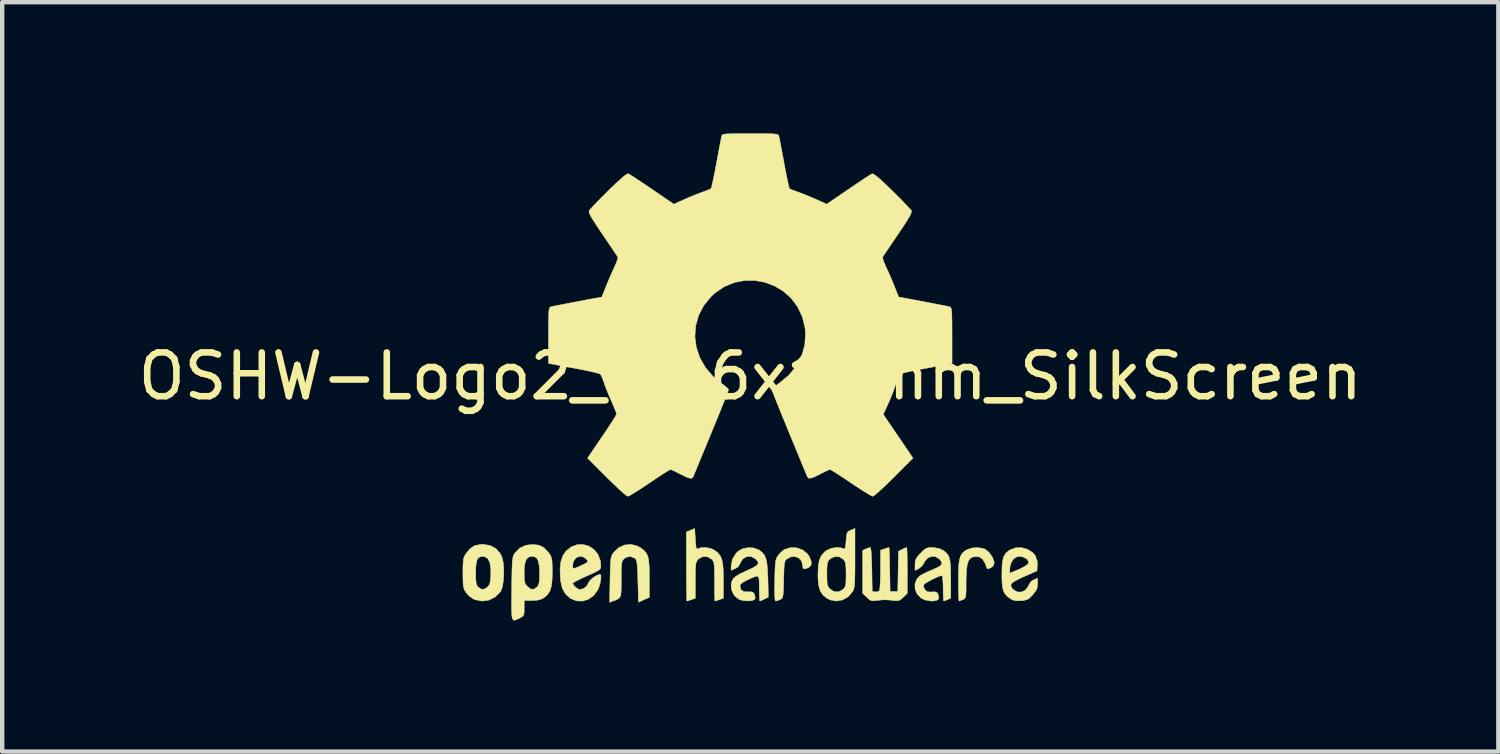
<source format=kicad_pcb>
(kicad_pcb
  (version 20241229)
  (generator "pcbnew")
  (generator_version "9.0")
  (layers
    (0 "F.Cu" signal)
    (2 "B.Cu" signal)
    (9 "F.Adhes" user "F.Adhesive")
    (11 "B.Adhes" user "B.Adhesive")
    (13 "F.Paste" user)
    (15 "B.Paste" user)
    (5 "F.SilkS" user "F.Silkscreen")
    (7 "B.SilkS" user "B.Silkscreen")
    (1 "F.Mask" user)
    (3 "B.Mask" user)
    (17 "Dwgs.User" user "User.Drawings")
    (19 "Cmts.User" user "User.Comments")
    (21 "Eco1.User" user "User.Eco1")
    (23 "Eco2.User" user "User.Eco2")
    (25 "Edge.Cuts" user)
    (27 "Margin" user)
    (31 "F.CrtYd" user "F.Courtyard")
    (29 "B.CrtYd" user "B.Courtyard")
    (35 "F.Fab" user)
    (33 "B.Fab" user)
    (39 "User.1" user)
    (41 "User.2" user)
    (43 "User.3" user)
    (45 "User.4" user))
  (footprint "OSHW-Logo2_14.6x12mm_SilkScreen"
    (layer "F.Cu")
    (at 14.101 5.552)
    (property "Reference" "OSHW-Logo2_14.6x12mm_SilkScreen" (at 0 0 0) (layer "F.SilkS") (effects (font (size 1 1) (thickness 0.15))))
    (attr exclude_from_pos_files exclude_from_bom allow_missing_courtyard)
    (fp_poly (pts (xy 5.336 3.94) (xy 5.371 3.955) (xy 5.454 4.021) (xy 5.525 4.117) (xy 5.569 4.218) (xy 5.576 4.269) (xy 5.552 4.339) (xy 5.5 4.376) (xy 5.443 4.398) (xy 5.417 4.402) (xy 5.405 4.372) (xy 5.38 4.307) (xy 5.369 4.277) (xy 5.308 4.175) (xy 5.219 4.124) (xy 5.105 4.126) (xy 5.097 4.128) (xy 5.036 4.157) (xy 4.991 4.213) (xy 4.961 4.303) (xy 4.943 4.435) (xy 4.935 4.614) (xy 4.934 4.709) (xy 4.934 4.86) (xy 4.931 4.962) (xy 4.925 5.028) (xy 4.912 5.066) (xy 4.892 5.088) (xy 4.861 5.104) (xy 4.86 5.105) (xy 4.801 5.129) (xy 4.772 5.138) (xy 4.768 5.111) (xy 4.764 5.035) (xy 4.761 4.92) (xy 4.759 4.775) (xy 4.759 4.67) (xy 4.761 4.466) (xy 4.767 4.311) (xy 4.782 4.196) (xy 4.806 4.113) (xy 4.842 4.051) (xy 4.893 4.003) (xy 4.943 3.969) (xy 5.063 3.925) (xy 5.204 3.915) (xy 5.336 3.94)) (stroke (width 0.01) (type solid)) (fill yes) (layer "F.SilkS"))
    (fp_poly (pts (xy -2.583 3.878) (xy -2.489 3.932) (xy -2.424 3.986) (xy -2.376 4.042) (xy -2.343 4.111) (xy -2.323 4.202) (xy -2.311 4.327) (xy -2.307 4.493) (xy -2.306 4.613) (xy -2.306 5.054) (xy -2.431 5.109) (xy -2.555 5.165) (xy -2.569 4.682) (xy -2.575 4.502) (xy -2.582 4.371) (xy -2.589 4.281) (xy -2.6 4.222) (xy -2.614 4.185) (xy -2.634 4.163) (xy -2.64 4.158) (xy -2.736 4.12) (xy -2.833 4.135) (xy -2.89 4.175) (xy -2.914 4.203) (xy -2.93 4.241) (xy -2.94 4.297) (xy -2.946 4.383) (xy -2.948 4.51) (xy -2.949 4.641) (xy -2.949 4.806) (xy -2.952 4.923) (xy -2.961 5.002) (xy -2.981 5.052) (xy -3.015 5.086) (xy -3.068 5.112) (xy -3.138 5.138) (xy -3.215 5.168) (xy -3.206 4.649) (xy -3.202 4.463) (xy -3.198 4.324) (xy -3.192 4.226) (xy -3.183 4.156) (xy -3.169 4.107) (xy -3.15 4.067) (xy -3.127 4.033) (xy -3.015 3.922) (xy -2.878 3.858) (xy -2.73 3.842) (xy -2.583 3.878)) (stroke (width 0.01) (type solid)) (fill yes) (layer "F.SilkS"))
    (fp_poly (pts (xy 1.066 3.922) (xy 1.199 3.971) (xy 1.306 4.057) (xy 1.348 4.118) (xy 1.394 4.23) (xy 1.393 4.311) (xy 1.345 4.365) (xy 1.327 4.375) (xy 1.25 4.403) (xy 1.211 4.396) (xy 1.198 4.348) (xy 1.197 4.321) (xy 1.173 4.223) (xy 1.109 4.154) (xy 1.021 4.12) (xy 0.923 4.129) (xy 0.843 4.172) (xy 0.816 4.197) (xy 0.796 4.227) (xy 0.783 4.273) (xy 0.775 4.343) (xy 0.77 4.45) (xy 0.765 4.602) (xy 0.764 4.65) (xy 0.76 4.815) (xy 0.756 4.931) (xy 0.749 5.008) (xy 0.738 5.055) (xy 0.722 5.082) (xy 0.698 5.098) (xy 0.683 5.105) (xy 0.618 5.13) (xy 0.58 5.138) (xy 0.567 5.111) (xy 0.559 5.029) (xy 0.556 4.89) (xy 0.558 4.694) (xy 0.559 4.664) (xy 0.563 4.485) (xy 0.569 4.355) (xy 0.576 4.262) (xy 0.587 4.198) (xy 0.603 4.151) (xy 0.626 4.111) (xy 0.637 4.094) (xy 0.705 4.019) (xy 0.78 3.961) (xy 0.789 3.956) (xy 0.924 3.915) (xy 1.066 3.922)) (stroke (width 0.01) (type solid)) (fill yes) (layer "F.SilkS"))
    (fp_poly (pts (xy 3.58 3.94) (xy 3.585 4.017) (xy 3.588 4.133) (xy 3.59 4.281) (xy 3.591 4.435) (xy 3.591 4.959) (xy 3.499 5.051) (xy 3.435 5.108) (xy 3.379 5.131) (xy 3.303 5.13) (xy 3.272 5.126) (xy 3.178 5.115) (xy 3.099 5.109) (xy 3.08 5.108) (xy 3.016 5.112) (xy 2.924 5.121) (xy 2.888 5.126) (xy 2.8 5.133) (xy 2.741 5.118) (xy 2.683 5.072) (xy 2.662 5.051) (xy 2.569 4.959) (xy 2.569 3.98) (xy 2.644 3.946) (xy 2.708 3.921) (xy 2.745 3.912) (xy 2.755 3.94) (xy 2.764 4.018) (xy 2.771 4.136) (xy 2.777 4.288) (xy 2.78 4.416) (xy 2.788 4.919) (xy 2.858 4.929) (xy 2.921 4.922) (xy 2.952 4.9) (xy 2.961 4.858) (xy 2.968 4.77) (xy 2.974 4.645) (xy 2.977 4.496) (xy 2.977 4.419) (xy 2.978 3.976) (xy 3.07 3.944) (xy 3.135 3.922) (xy 3.17 3.912) (xy 3.171 3.912) (xy 3.175 3.94) (xy 3.179 4.016) (xy 3.183 4.133) (xy 3.186 4.279) (xy 3.189 4.416) (xy 3.197 4.919) (xy 3.372 4.919) (xy 3.38 4.46) (xy 3.388 4.001) (xy 3.474 3.956) (xy 3.537 3.926) (xy 3.574 3.912) (xy 3.575 3.912) (xy 3.58 3.94)) (stroke (width 0.01) (type solid)) (fill yes) (layer "F.SilkS"))
    (fp_poly (pts (xy -1.255 3.724) (xy -1.247 3.843) (xy -1.237 3.914) (xy -1.223 3.944) (xy -1.203 3.945) (xy -1.197 3.941) (xy -1.111 3.914) (xy -0.999 3.916) (xy -0.886 3.943) (xy -0.814 3.978) (xy -0.742 4.035) (xy -0.688 4.099) (xy -0.652 4.18) (xy -0.629 4.288) (xy -0.617 4.433) (xy -0.613 4.624) (xy -0.613 4.661) (xy -0.613 5.074) (xy -0.705 5.106) (xy -0.77 5.128) (xy -0.806 5.138) (xy -0.807 5.138) (xy -0.811 5.111) (xy -0.814 5.035) (xy -0.816 4.921) (xy -0.817 4.778) (xy -0.817 4.691) (xy -0.818 4.52) (xy -0.82 4.397) (xy -0.825 4.313) (xy -0.834 4.258) (xy -0.849 4.221) (xy -0.871 4.193) (xy -0.885 4.18) (xy -0.979 4.126) (xy -1.082 4.122) (xy -1.175 4.168) (xy -1.192 4.184) (xy -1.217 4.215) (xy -1.235 4.252) (xy -1.246 4.304) (xy -1.252 4.384) (xy -1.255 4.501) (xy -1.255 4.663) (xy -1.255 5.074) (xy -1.347 5.106) (xy -1.413 5.128) (xy -1.448 5.138) (xy -1.45 5.138) (xy -1.452 5.11) (xy -1.455 5.032) (xy -1.457 4.909) (xy -1.458 4.751) (xy -1.459 4.565) (xy -1.46 4.358) (xy -1.46 4.349) (xy -1.46 3.559) (xy -1.365 3.519) (xy -1.27 3.479) (xy -1.255 3.724)) (stroke (width 0.01) (type solid)) (fill yes) (layer "F.SilkS"))
    (fp_poly (pts (xy -5.952 3.866) (xy -5.815 3.938) (xy -5.714 4.054) (xy -5.678 4.128) (xy -5.65 4.24) (xy -5.636 4.381) (xy -5.635 4.535) (xy -5.645 4.686) (xy -5.668 4.816) (xy -5.701 4.91) (xy -5.711 4.926) (xy -5.833 5.046) (xy -5.977 5.118) (xy -6.133 5.139) (xy -6.291 5.107) (xy -6.335 5.087) (xy -6.42 5.027) (xy -6.496 4.947) (xy -6.503 4.937) (xy -6.532 4.888) (xy -6.551 4.836) (xy -6.562 4.767) (xy -6.567 4.669) (xy -6.569 4.528) (xy -6.569 4.496) (xy -6.569 4.486) (xy -6.277 4.486) (xy -6.275 4.619) (xy -6.269 4.708) (xy -6.255 4.765) (xy -6.231 4.804) (xy -6.219 4.817) (xy -6.149 4.867) (xy -6.081 4.865) (xy -6.012 4.822) (xy -5.971 4.775) (xy -5.947 4.708) (xy -5.934 4.601) (xy -5.933 4.589) (xy -5.93 4.396) (xy -5.955 4.253) (xy -6.005 4.16) (xy -6.082 4.119) (xy -6.109 4.117) (xy -6.181 4.128) (xy -6.23 4.167) (xy -6.26 4.242) (xy -6.274 4.361) (xy -6.277 4.486) (xy -6.569 4.486) (xy -6.568 4.346) (xy -6.563 4.241) (xy -6.553 4.168) (xy -6.536 4.114) (xy -6.509 4.067) (xy -6.503 4.058) (xy -6.404 3.939) (xy -6.296 3.87) (xy -6.164 3.843) (xy -6.119 3.841) (xy -5.952 3.866)) (stroke (width 0.01) (type solid)) (fill yes) (layer "F.SilkS"))
    (fp_poly (pts (xy 6.343 3.957) (xy 6.459 4.032) (xy 6.515 4.1) (xy 6.559 4.222) (xy 6.562 4.319) (xy 6.554 4.449) (xy 6.255 4.58) (xy 6.11 4.647) (xy 6.015 4.701) (xy 5.965 4.747) (xy 5.957 4.793) (xy 5.984 4.843) (xy 6.014 4.876) (xy 6.102 4.929) (xy 6.198 4.932) (xy 6.286 4.891) (xy 6.351 4.809) (xy 6.362 4.78) (xy 6.418 4.69) (xy 6.482 4.651) (xy 6.569 4.618) (xy 6.569 4.743) (xy 6.561 4.828) (xy 6.531 4.9) (xy 6.468 4.982) (xy 6.458 4.993) (xy 6.388 5.066) (xy 6.327 5.106) (xy 6.251 5.124) (xy 6.188 5.13) (xy 6.075 5.131) (xy 5.995 5.113) (xy 5.945 5.085) (xy 5.867 5.024) (xy 5.812 4.958) (xy 5.778 4.874) (xy 5.759 4.762) (xy 5.752 4.609) (xy 5.752 4.531) (xy 5.754 4.438) (xy 5.93 4.438) (xy 5.932 4.488) (xy 5.937 4.496) (xy 5.971 4.485) (xy 6.043 4.455) (xy 6.14 4.414) (xy 6.16 4.405) (xy 6.282 4.342) (xy 6.35 4.288) (xy 6.364 4.237) (xy 6.329 4.185) (xy 6.3 4.162) (xy 6.194 4.116) (xy 6.095 4.124) (xy 6.013 4.18) (xy 5.956 4.279) (xy 5.937 4.357) (xy 5.93 4.438) (xy 5.754 4.438) (xy 5.755 4.349) (xy 5.769 4.215) (xy 5.797 4.117) (xy 5.842 4.045) (xy 5.907 3.988) (xy 5.935 3.969) (xy 6.065 3.921) (xy 6.206 3.918) (xy 6.343 3.957)) (stroke (width 0.01) (type solid)) (fill yes) (layer "F.SilkS"))
    (fp_poly (pts (xy 2.394 4.154) (xy 2.394 4.373) (xy 2.392 4.541) (xy 2.389 4.666) (xy 2.384 4.757) (xy 2.375 4.822) (xy 2.364 4.869) (xy 2.348 4.906) (xy 2.336 4.927) (xy 2.236 5.041) (xy 2.111 5.112) (xy 1.971 5.138) (xy 1.832 5.114) (xy 1.749 5.072) (xy 1.662 4.999) (xy 1.602 4.911) (xy 1.566 4.794) (xy 1.55 4.639) (xy 1.547 4.525) (xy 1.548 4.517) (xy 1.752 4.517) (xy 1.753 4.648) (xy 1.759 4.734) (xy 1.772 4.791) (xy 1.795 4.832) (xy 1.823 4.862) (xy 1.918 4.922) (xy 2.019 4.927) (xy 2.115 4.877) (xy 2.122 4.871) (xy 2.154 4.836) (xy 2.174 4.794) (xy 2.185 4.732) (xy 2.189 4.636) (xy 2.19 4.529) (xy 2.188 4.396) (xy 2.182 4.307) (xy 2.169 4.248) (xy 2.145 4.206) (xy 2.126 4.184) (xy 2.038 4.128) (xy 1.936 4.121) (xy 1.838 4.164) (xy 1.819 4.18) (xy 1.787 4.215) (xy 1.767 4.258) (xy 1.757 4.32) (xy 1.752 4.417) (xy 1.752 4.517) (xy 1.548 4.517) (xy 1.555 4.342) (xy 1.578 4.204) (xy 1.624 4.101) (xy 1.694 4.02) (xy 1.749 3.978) (xy 1.848 3.934) (xy 1.964 3.913) (xy 2.071 3.919) (xy 2.131 3.941) (xy 2.155 3.947) (xy 2.17 3.924) (xy 2.181 3.86) (xy 2.19 3.763) (xy 2.199 3.655) (xy 2.211 3.589) (xy 2.234 3.552) (xy 2.274 3.528) (xy 2.299 3.517) (xy 2.394 3.477) (xy 2.394 4.154)) (stroke (width 0.01) (type solid)) (fill yes) (layer "F.SilkS"))
    (fp_poly (pts (xy -3.684 3.885) (xy -3.569 3.962) (xy -3.48 4.074) (xy -3.427 4.216) (xy -3.417 4.321) (xy -3.418 4.365) (xy -3.428 4.398) (xy -3.456 4.428) (xy -3.511 4.461) (xy -3.601 4.505) (xy -3.736 4.565) (xy -3.737 4.565) (xy -3.861 4.622) (xy -3.963 4.673) (xy -4.032 4.711) (xy -4.058 4.733) (xy -4.058 4.733) (xy -4.035 4.78) (xy -3.982 4.831) (xy -3.921 4.868) (xy -3.889 4.876) (xy -3.805 4.85) (xy -3.732 4.786) (xy -3.696 4.716) (xy -3.662 4.664) (xy -3.595 4.605) (xy -3.516 4.554) (xy -3.446 4.527) (xy -3.432 4.525) (xy -3.415 4.55) (xy -3.414 4.614) (xy -3.426 4.701) (xy -3.449 4.793) (xy -3.48 4.873) (xy -3.482 4.877) (xy -3.575 5.007) (xy -3.696 5.095) (xy -3.833 5.139) (xy -3.975 5.134) (xy -4.112 5.077) (xy -4.118 5.073) (xy -4.225 4.975) (xy -4.296 4.848) (xy -4.335 4.682) (xy -4.34 4.635) (xy -4.349 4.413) (xy -4.338 4.31) (xy -4.058 4.31) (xy -4.055 4.375) (xy -4.035 4.393) (xy -3.985 4.379) (xy -3.907 4.346) (xy -3.819 4.304) (xy -3.817 4.303) (xy -3.743 4.264) (xy -3.713 4.238) (xy -3.721 4.211) (xy -3.751 4.175) (xy -3.83 4.123) (xy -3.915 4.119) (xy -3.991 4.157) (xy -4.043 4.23) (xy -4.058 4.31) (xy -4.338 4.31) (xy -4.33 4.236) (xy -4.281 4.096) (xy -4.213 3.997) (xy -4.09 3.898) (xy -3.954 3.849) (xy -3.816 3.846) (xy -3.684 3.885)) (stroke (width 0.01) (type solid)) (fill yes) (layer "F.SilkS"))
    (fp_poly (pts (xy 0.08 3.924) (xy 0.194 3.967) (xy 0.196 3.968) (xy 0.266 4.02) (xy 0.319 4.081) (xy 0.355 4.16) (xy 0.38 4.267) (xy 0.394 4.413) (xy 0.403 4.605) (xy 0.404 4.633) (xy 0.414 5.047) (xy 0.325 5.092) (xy 0.261 5.123) (xy 0.222 5.138) (xy 0.22 5.138) (xy 0.214 5.111) (xy 0.208 5.038) (xy 0.205 4.931) (xy 0.204 4.844) (xy 0.204 4.704) (xy 0.198 4.616) (xy 0.176 4.574) (xy 0.128 4.572) (xy 0.045 4.604) (xy -0.08 4.662) (xy -0.172 4.711) (xy -0.22 4.753) (xy -0.234 4.799) (xy -0.234 4.801) (xy -0.211 4.88) (xy -0.143 4.923) (xy -0.039 4.929) (xy 0.036 4.928) (xy 0.076 4.95) (xy 0.1 5.002) (xy 0.115 5.068) (xy 0.094 5.105) (xy 0.087 5.11) (xy 0.014 5.132) (xy -0.087 5.135) (xy -0.192 5.121) (xy -0.266 5.095) (xy -0.368 5.008) (xy -0.426 4.887) (xy -0.438 4.792) (xy -0.429 4.707) (xy -0.397 4.637) (xy -0.334 4.576) (xy -0.232 4.514) (xy -0.082 4.444) (xy -0.073 4.44) (xy 0.062 4.378) (xy 0.145 4.326) (xy 0.181 4.28) (xy 0.173 4.234) (xy 0.126 4.18) (xy 0.112 4.168) (xy 0.017 4.12) (xy -0.081 4.122) (xy -0.166 4.169) (xy -0.223 4.256) (xy -0.228 4.273) (xy -0.279 4.356) (xy -0.344 4.395) (xy -0.438 4.435) (xy -0.438 4.333) (xy -0.409 4.184) (xy -0.325 4.048) (xy -0.28 4.002) (xy -0.18 3.944) (xy -0.052 3.917) (xy 0.08 3.924)) (stroke (width 0.01) (type solid)) (fill yes) (layer "F.SilkS"))
    (fp_poly (pts (xy -4.828 3.862) (xy -4.717 3.918) (xy -4.618 4.02) (xy -4.591 4.058) (xy -4.561 4.107) (xy -4.542 4.161) (xy -4.531 4.233) (xy -4.526 4.337) (xy -4.525 4.474) (xy -4.53 4.662) (xy -4.547 4.803) (xy -4.58 4.908) (xy -4.632 4.988) (xy -4.706 5.055) (xy -4.711 5.059) (xy -4.785 5.099) (xy -4.873 5.119) (xy -4.985 5.124) (xy -5.167 5.124) (xy -5.168 5.301) (xy -5.169 5.399) (xy -5.18 5.457) (xy -5.207 5.492) (xy -5.258 5.521) (xy -5.271 5.527) (xy -5.329 5.555) (xy -5.374 5.573) (xy -5.407 5.574) (xy -5.431 5.554) (xy -5.446 5.506) (xy -5.454 5.424) (xy -5.458 5.303) (xy -5.457 5.136) (xy -5.454 4.919) (xy -5.454 4.854) (xy -5.451 4.63) (xy -5.448 4.483) (xy -5.168 4.483) (xy -5.166 4.607) (xy -5.159 4.689) (xy -5.143 4.743) (xy -5.115 4.784) (xy -5.096 4.804) (xy -5.018 4.863) (xy -4.949 4.868) (xy -4.877 4.819) (xy -4.876 4.817) (xy -4.847 4.78) (xy -4.829 4.728) (xy -4.82 4.65) (xy -4.817 4.529) (xy -4.817 4.503) (xy -4.824 4.337) (xy -4.846 4.222) (xy -4.885 4.151) (xy -4.945 4.12) (xy -4.979 4.117) (xy -5.061 4.131) (xy -5.118 4.181) (xy -5.151 4.27) (xy -5.166 4.407) (xy -5.168 4.483) (xy -5.448 4.483) (xy -5.448 4.456) (xy -5.444 4.325) (xy -5.438 4.23) (xy -5.43 4.162) (xy -5.419 4.115) (xy -5.404 4.079) (xy -5.385 4.048) (xy -5.377 4.036) (xy -5.267 3.925) (xy -5.129 3.862) (xy -4.968 3.844) (xy -4.828 3.862)) (stroke (width 0.01) (type solid)) (fill yes) (layer "F.SilkS"))
    (fp_poly (pts (xy 4.314 3.935) (xy 4.398 3.973) (xy 4.464 4.02) (xy 4.513 4.072) (xy 4.546 4.138) (xy 4.567 4.23) (xy 4.579 4.355) (xy 4.583 4.525) (xy 4.584 4.636) (xy 4.584 5.071) (xy 4.509 5.105) (xy 4.451 5.129) (xy 4.422 5.138) (xy 4.416 5.111) (xy 4.412 5.038) (xy 4.409 4.931) (xy 4.409 4.846) (xy 4.406 4.724) (xy 4.399 4.627) (xy 4.39 4.567) (xy 4.382 4.554) (xy 4.33 4.567) (xy 4.249 4.601) (xy 4.155 4.645) (xy 4.065 4.694) (xy 3.995 4.737) (xy 3.963 4.767) (xy 3.963 4.767) (xy 3.965 4.822) (xy 3.99 4.874) (xy 4.035 4.917) (xy 4.099 4.931) (xy 4.154 4.929) (xy 4.232 4.928) (xy 4.273 4.946) (xy 4.297 4.995) (xy 4.3 5.004) (xy 4.311 5.073) (xy 4.283 5.114) (xy 4.208 5.134) (xy 4.128 5.138) (xy 3.984 5.111) (xy 3.909 5.072) (xy 3.817 4.98) (xy 3.768 4.868) (xy 3.764 4.749) (xy 3.805 4.638) (xy 3.867 4.569) (xy 3.929 4.53) (xy 4.027 4.481) (xy 4.141 4.431) (xy 4.16 4.424) (xy 4.285 4.369) (xy 4.357 4.32) (xy 4.38 4.272) (xy 4.358 4.217) (xy 4.321 4.175) (xy 4.233 4.123) (xy 4.137 4.119) (xy 4.048 4.159) (xy 3.984 4.239) (xy 3.976 4.26) (xy 3.927 4.336) (xy 3.856 4.393) (xy 3.766 4.439) (xy 3.766 4.308) (xy 3.771 4.227) (xy 3.794 4.164) (xy 3.844 4.096) (xy 3.893 4.044) (xy 3.968 3.97) (xy 4.026 3.931) (xy 4.088 3.915) (xy 4.159 3.912) (xy 4.314 3.935)) (stroke (width 0.01) (type solid)) (fill yes) (layer "F.SilkS"))
    (fp_poly (pts (xy 0.209 -5.547) (xy 0.367 -5.546) (xy 0.481 -5.544) (xy 0.559 -5.539) (xy 0.609 -5.532) (xy 0.636 -5.521) (xy 0.65 -5.505) (xy 0.656 -5.484) (xy 0.657 -5.481) (xy 0.667 -5.433) (xy 0.686 -5.337) (xy 0.711 -5.204) (xy 0.741 -5.045) (xy 0.774 -4.868) (xy 0.775 -4.862) (xy 0.807 -4.689) (xy 0.838 -4.537) (xy 0.865 -4.413) (xy 0.885 -4.328) (xy 0.898 -4.291) (xy 0.898 -4.29) (xy 0.935 -4.272) (xy 1.011 -4.242) (xy 1.109 -4.206) (xy 1.109 -4.205) (xy 1.233 -4.159) (xy 1.379 -4.099) (xy 1.517 -4.04) (xy 1.523 -4.037) (xy 1.747 -3.935) (xy 2.244 -4.274) (xy 2.396 -4.377) (xy 2.534 -4.47) (xy 2.649 -4.546) (xy 2.735 -4.601) (xy 2.782 -4.629) (xy 2.786 -4.631) (xy 2.82 -4.621) (xy 2.884 -4.577) (xy 2.98 -4.495) (xy 3.11 -4.373) (xy 3.243 -4.244) (xy 3.372 -4.116) (xy 3.487 -4) (xy 3.581 -3.902) (xy 3.648 -3.829) (xy 3.681 -3.79) (xy 3.682 -3.788) (xy 3.686 -3.76) (xy 3.672 -3.716) (xy 3.638 -3.648) (xy 3.579 -3.551) (xy 3.493 -3.418) (xy 3.378 -3.248) (xy 3.276 -3.097) (xy 3.185 -2.963) (xy 3.11 -2.851) (xy 3.056 -2.771) (xy 3.029 -2.73) (xy 3.028 -2.727) (xy 3.031 -2.687) (xy 3.056 -2.61) (xy 3.098 -2.511) (xy 3.113 -2.479) (xy 3.178 -2.337) (xy 3.247 -2.176) (xy 3.304 -2.036) (xy 3.344 -1.933) (xy 3.377 -1.854) (xy 3.395 -1.813) (xy 3.397 -1.81) (xy 3.432 -1.805) (xy 3.513 -1.791) (xy 3.629 -1.769) (xy 3.771 -1.743) (xy 3.927 -1.713) (xy 4.087 -1.683) (xy 4.239 -1.653) (xy 4.374 -1.627) (xy 4.479 -1.606) (xy 4.546 -1.593) (xy 4.562 -1.589) (xy 4.579 -1.579) (xy 4.591 -1.557) (xy 4.6 -1.516) (xy 4.607 -1.449) (xy 4.61 -1.347) (xy 4.612 -1.204) (xy 4.613 -1.013) (xy 4.613 -0.934) (xy 4.613 -0.296) (xy 4.46 -0.266) (xy 4.374 -0.249) (xy 4.247 -0.225) (xy 4.093 -0.197) (xy 3.929 -0.167) (xy 3.883 -0.158) (xy 3.731 -0.129) (xy 3.598 -0.1) (xy 3.497 -0.074) (xy 3.437 -0.054) (xy 3.427 -0.048) (xy 3.402 -0.005) (xy 3.367 0.076) (xy 3.328 0.182) (xy 3.32 0.204) (xy 3.269 0.345) (xy 3.206 0.504) (xy 3.144 0.646) (xy 3.144 0.647) (xy 3.04 0.87) (xy 3.72 1.87) (xy 3.284 2.307) (xy 3.152 2.437) (xy 3.031 2.552) (xy 2.929 2.645) (xy 2.852 2.711) (xy 2.807 2.742) (xy 2.801 2.744) (xy 2.763 2.729) (xy 2.686 2.684) (xy 2.577 2.617) (xy 2.447 2.533) (xy 2.305 2.438) (xy 2.161 2.341) (xy 2.033 2.257) (xy 1.929 2.19) (xy 1.857 2.147) (xy 1.824 2.131) (xy 1.785 2.144) (xy 1.71 2.179) (xy 1.614 2.227) (xy 1.604 2.233) (xy 1.476 2.297) (xy 1.389 2.328) (xy 1.334 2.329) (xy 1.306 2.3) (xy 1.305 2.299) (xy 1.291 2.264) (xy 1.257 2.182) (xy 1.206 2.059) (xy 1.141 1.9) (xy 1.064 1.714) (xy 0.977 1.505) (xy 0.894 1.302) (xy 0.802 1.079) (xy 0.717 0.872) (xy 0.643 0.688) (xy 0.581 0.533) (xy 0.534 0.414) (xy 0.505 0.336) (xy 0.496 0.307) (xy 0.519 0.274) (xy 0.577 0.221) (xy 0.656 0.163) (xy 0.879 -0.022) (xy 1.053 -0.234) (xy 1.176 -0.468) (xy 1.247 -0.721) (xy 1.262 -0.987) (xy 1.251 -1.109) (xy 1.189 -1.364) (xy 1.082 -1.589) (xy 0.937 -1.782) (xy 0.76 -1.941) (xy 0.559 -2.063) (xy 0.339 -2.147) (xy 0.107 -2.19) (xy -0.13 -2.189) (xy -0.365 -2.144) (xy -0.592 -2.05) (xy -0.804 -1.907) (xy -0.892 -1.827) (xy -1.062 -1.619) (xy -1.18 -1.392) (xy -1.248 -1.153) (xy -1.265 -0.907) (xy -1.233 -0.662) (xy -1.153 -0.424) (xy -1.025 -0.2) (xy -0.851 0.003) (xy -0.656 0.163) (xy -0.574 0.224) (xy -0.517 0.276) (xy -0.496 0.307) (xy -0.507 0.342) (xy -0.538 0.423) (xy -0.586 0.546) (xy -0.649 0.704) (xy -0.725 0.891) (xy -0.81 1.099) (xy -0.894 1.302) (xy -0.986 1.526) (xy -1.072 1.733) (xy -1.148 1.917) (xy -1.212 2.072) (xy -1.262 2.192) (xy -1.294 2.27) (xy -1.306 2.299) (xy -1.334 2.329) (xy -1.388 2.329) (xy -1.476 2.297) (xy -1.603 2.233) (xy -1.604 2.233) (xy -1.701 2.183) (xy -1.778 2.147) (xy -1.822 2.131) (xy -1.824 2.131) (xy -1.857 2.147) (xy -1.93 2.191) (xy -2.035 2.258) (xy -2.163 2.342) (xy -2.305 2.438) (xy -2.45 2.535) (xy -2.58 2.619) (xy -2.688 2.686) (xy -2.764 2.729) (xy -2.801 2.744) (xy -2.835 2.724) (xy -2.902 2.669) (xy -2.997 2.584) (xy -3.112 2.475) (xy -3.242 2.349) (xy -3.284 2.307) (xy -3.72 1.87) (xy -3.388 1.382) (xy -3.287 1.233) (xy -3.198 1.098) (xy -3.127 0.987) (xy -3.078 0.907) (xy -3.056 0.865) (xy -3.056 0.862) (xy -3.067 0.823) (xy -3.098 0.744) (xy -3.143 0.639) (xy -3.174 0.568) (xy -3.233 0.433) (xy -3.289 0.296) (xy -3.332 0.181) (xy -3.343 0.146) (xy -3.376 0.052) (xy -3.409 -0.02) (xy -3.427 -0.048) (xy -3.466 -0.064) (xy -3.552 -0.088) (xy -3.673 -0.116) (xy -3.818 -0.146) (xy -3.883 -0.158) (xy -4.048 -0.189) (xy -4.206 -0.218) (xy -4.343 -0.243) (xy -4.441 -0.262) (xy -4.46 -0.266) (xy -4.613 -0.296) (xy -4.613 -0.934) (xy -4.613 -1.144) (xy -4.611 -1.303) (xy -4.608 -1.418) (xy -4.603 -1.497) (xy -4.595 -1.546) (xy -4.583 -1.573) (xy -4.568 -1.586) (xy -4.562 -1.589) (xy -4.524 -1.597) (xy -4.44 -1.614) (xy -4.321 -1.637) (xy -4.178 -1.665) (xy -4.022 -1.695) (xy -3.862 -1.725) (xy -3.711 -1.754) (xy -3.578 -1.779) (xy -3.475 -1.797) (xy -3.412 -1.808) (xy -3.397 -1.81) (xy -3.385 -1.835) (xy -3.357 -1.902) (xy -3.318 -1.999) (xy -3.304 -2.036) (xy -3.245 -2.182) (xy -3.175 -2.343) (xy -3.113 -2.479) (xy -3.067 -2.582) (xy -3.036 -2.668) (xy -3.026 -2.72) (xy -3.028 -2.727) (xy -3.049 -2.76) (xy -3.098 -2.833) (xy -3.17 -2.939) (xy -3.258 -3.07) (xy -3.359 -3.218) (xy -3.379 -3.247) (xy -3.495 -3.42) (xy -3.581 -3.552) (xy -3.639 -3.648) (xy -3.673 -3.716) (xy -3.686 -3.76) (xy -3.683 -3.787) (xy -3.683 -3.787) (xy -3.654 -3.823) (xy -3.59 -3.893) (xy -3.498 -3.988) (xy -3.385 -4.103) (xy -3.258 -4.23) (xy -3.243 -4.244) (xy -3.083 -4.399) (xy -2.959 -4.513) (xy -2.87 -4.588) (xy -2.812 -4.626) (xy -2.786 -4.631) (xy -2.749 -4.609) (xy -2.671 -4.56) (xy -2.562 -4.488) (xy -2.428 -4.399) (xy -2.279 -4.298) (xy -2.244 -4.274) (xy -1.747 -3.935) (xy -1.523 -4.037) (xy -1.387 -4.096) (xy -1.241 -4.156) (xy -1.115 -4.203) (xy -1.109 -4.205) (xy -1.011 -4.241) (xy -0.935 -4.272) (xy -0.898 -4.29) (xy -0.898 -4.29) (xy -0.886 -4.323) (xy -0.867 -4.405) (xy -0.84 -4.525) (xy -0.81 -4.676) (xy -0.777 -4.848) (xy -0.775 -4.862) (xy -0.742 -5.039) (xy -0.712 -5.199) (xy -0.686 -5.333) (xy -0.667 -5.43) (xy -0.657 -5.481) (xy -0.657 -5.481) (xy -0.651 -5.503) (xy -0.638 -5.519) (xy -0.613 -5.531) (xy -0.566 -5.539) (xy -0.492 -5.543) (xy -0.382 -5.546) (xy -0.229 -5.547) (xy -0.026 -5.547) (xy 0 -5.547) (xy 0.209 -5.547)) (stroke (width 0.01) (type solid)) (fill yes) (layer "F.SilkS")))
  (gr_rect
    (start -3 -3)
    (end 31.202 14.131)
    (stroke (width 0.1) (type default))
    (fill no)
    (layer "Edge.Cuts")))
</source>
